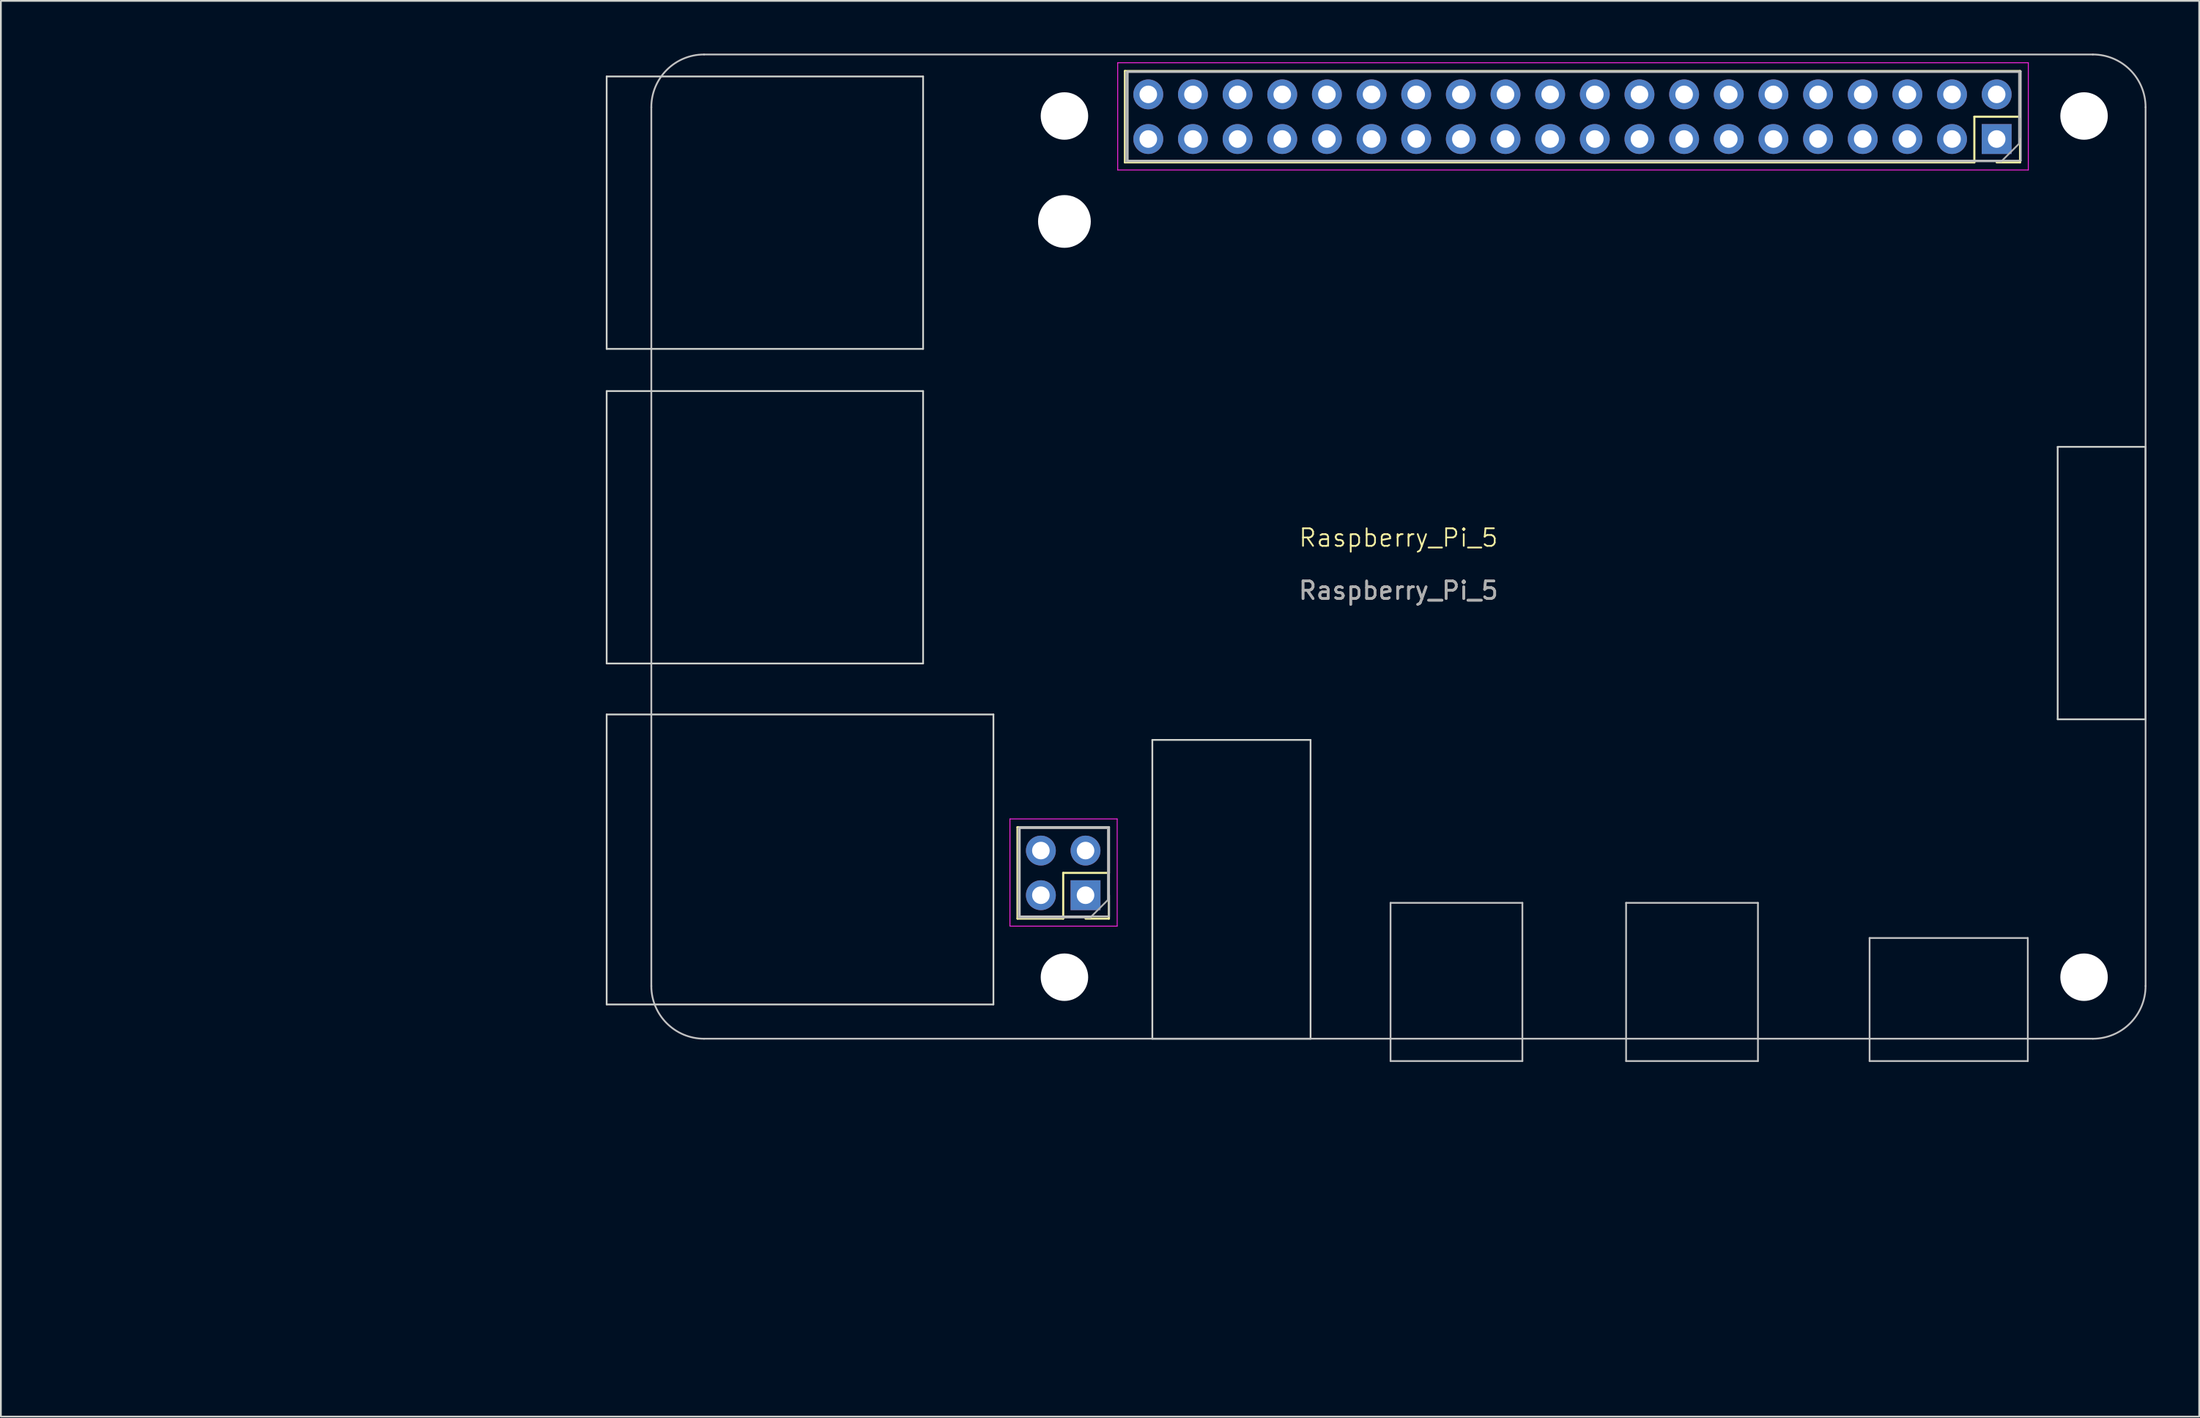
<source format=kicad_pcb>
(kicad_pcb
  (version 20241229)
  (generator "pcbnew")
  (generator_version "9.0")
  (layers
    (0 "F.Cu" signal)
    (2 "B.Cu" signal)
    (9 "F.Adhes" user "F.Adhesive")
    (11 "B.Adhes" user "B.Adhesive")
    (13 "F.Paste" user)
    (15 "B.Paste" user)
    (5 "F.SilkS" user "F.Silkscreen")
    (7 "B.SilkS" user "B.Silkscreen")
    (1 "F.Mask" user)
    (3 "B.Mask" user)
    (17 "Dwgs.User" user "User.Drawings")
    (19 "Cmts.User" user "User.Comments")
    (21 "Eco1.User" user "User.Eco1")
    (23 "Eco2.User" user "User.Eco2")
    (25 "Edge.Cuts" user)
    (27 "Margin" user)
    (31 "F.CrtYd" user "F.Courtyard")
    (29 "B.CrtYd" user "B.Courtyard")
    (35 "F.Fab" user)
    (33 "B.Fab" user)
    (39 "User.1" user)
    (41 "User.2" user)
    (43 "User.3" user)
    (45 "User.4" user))
  (footprint "Raspberry_Pi_5"
    (layer "F.Cu")
    (at 76.5 28.05)
    (property "Reference" "Raspberry_Pi_5" (at 0 -0.5 0) (unlocked yes) (layer "F.SilkS") (effects (font (size 1 1) (thickness 0.1))))
    (attr through_hole)
    (fp_line (start -21.67 15.965) (end -21.67 21.165) (stroke (width 0.12) (type solid)) (layer "F.SilkS"))
    (fp_line (start -19.07 18.565) (end -19.07 21.165) (stroke (width 0.12) (type solid)) (layer "F.SilkS"))
    (fp_line (start -19.07 21.165) (end -21.67 21.165) (stroke (width 0.12) (type solid)) (layer "F.SilkS"))
    (fp_line (start -16.47 15.965) (end -21.67 15.965) (stroke (width 0.12) (type solid)) (layer "F.SilkS"))
    (fp_line (start -16.47 15.965) (end -16.47 18.565) (stroke (width 0.12) (type solid)) (layer "F.SilkS"))
    (fp_line (start -16.47 18.565) (end -19.07 18.565) (stroke (width 0.12) (type solid)) (layer "F.SilkS"))
    (fp_line (start -16.47 19.835) (end -16.47 21.165) (stroke (width 0.12) (type solid)) (layer "F.SilkS"))
    (fp_line (start -16.47 21.165) (end -17.8 21.165) (stroke (width 0.12) (type solid)) (layer "F.SilkS"))
    (fp_line (start -15.56 -27.06) (end -15.56 -21.86) (stroke (width 0.12) (type solid)) (layer "F.SilkS"))
    (fp_line (start 32.76 -24.46) (end 32.76 -21.86) (stroke (width 0.12) (type solid)) (layer "F.SilkS"))
    (fp_line (start 32.76 -21.86) (end -15.56 -21.86) (stroke (width 0.12) (type solid)) (layer "F.SilkS"))
    (fp_line (start 35.36 -27.06) (end -15.56 -27.06) (stroke (width 0.12) (type solid)) (layer "F.SilkS"))
    (fp_line (start 35.36 -27.06) (end 35.36 -24.46) (stroke (width 0.12) (type solid)) (layer "F.SilkS"))
    (fp_line (start 35.36 -24.46) (end 32.76 -24.46) (stroke (width 0.12) (type solid)) (layer "F.SilkS"))
    (fp_line (start 35.36 -23.19) (end 35.36 -21.86) (stroke (width 0.12) (type solid)) (layer "F.SilkS"))
    (fp_line (start 35.36 -21.86) (end 34.03 -21.86) (stroke (width 0.12) (type solid)) (layer "F.SilkS"))
    (fp_line (start -42.5 -25) (end -42.5 25) (stroke (width 0.1) (type default)) (layer "Dwgs.User"))
    (fp_line (start -39.5 -28) (end 39.5 -28) (stroke (width 0.1) (type default)) (layer "Dwgs.User"))
    (fp_line (start -39.5 28) (end 39.5 28) (stroke (width 0.1) (type default)) (layer "Dwgs.User"))
    (fp_line (start -21.54 15.96) (end -21.54 21.04) (stroke (width 0.1) (type default)) (layer "Dwgs.User"))
    (fp_line (start -16.46 15.96) (end -21.54 15.96) (stroke (width 0.1) (type default)) (layer "Dwgs.User"))
    (fp_line (start -16.46 15.96) (end -16.46 21.04) (stroke (width 0.1) (type default)) (layer "Dwgs.User"))
    (fp_line (start -16.46 21.04) (end -21.54 21.04) (stroke (width 0.1) (type default)) (layer "Dwgs.User"))
    (fp_line (start -15.4 -27.04) (end -15.4 -21.96) (stroke (width 0.1) (type default)) (layer "Dwgs.User"))
    (fp_line (start -0.45 20.27) (end -0.45 29.27) (stroke (width 0.1) (type default)) (layer "Dwgs.User"))
    (fp_line (start 7.05 20.27) (end -0.45 20.27) (stroke (width 0.1) (type default)) (layer "Dwgs.User"))
    (fp_line (start 7.05 20.27) (end 7.05 29.27) (stroke (width 0.1) (type default)) (layer "Dwgs.User"))
    (fp_line (start 7.05 29.27) (end -0.45 29.27) (stroke (width 0.1) (type default)) (layer "Dwgs.User"))
    (fp_line (start 12.95 20.27) (end 12.95 29.27) (stroke (width 0.1) (type default)) (layer "Dwgs.User"))
    (fp_line (start 20.45 20.27) (end 12.95 20.27) (stroke (width 0.1) (type default)) (layer "Dwgs.User"))
    (fp_line (start 20.45 20.27) (end 20.45 29.27) (stroke (width 0.1) (type default)) (layer "Dwgs.User"))
    (fp_line (start 20.45 29.27) (end 12.95 29.27) (stroke (width 0.1) (type default)) (layer "Dwgs.User"))
    (fp_line (start 26.8 29.27) (end 26.8 22.27) (stroke (width 0.1) (type default)) (layer "Dwgs.User"))
    (fp_line (start 35.4 -27.04) (end -15.4 -27.04) (stroke (width 0.1) (type default)) (layer "Dwgs.User"))
    (fp_line (start 35.4 -27.04) (end 35.4 -21.96) (stroke (width 0.1) (type default)) (layer "Dwgs.User"))
    (fp_line (start 35.4 -21.96) (end -15.4 -21.96) (stroke (width 0.1) (type default)) (layer "Dwgs.User"))
    (fp_line (start 35.8 22.27) (end 26.8 22.27) (stroke (width 0.1) (type default)) (layer "Dwgs.User"))
    (fp_line (start 35.8 29.27) (end 26.8 29.27) (stroke (width 0.1) (type default)) (layer "Dwgs.User"))
    (fp_line (start 35.8 29.27) (end 35.8 22.27) (stroke (width 0.1) (type default)) (layer "Dwgs.User"))
    (fp_line (start 42.5 -25) (end 42.5 25) (stroke (width 0.1) (type default)) (layer "Dwgs.User"))
    (fp_arc (start -42.5 -24.999999) (mid -41.62132 -27.12132) (end -39.499999 -28) (stroke (width 0.1) (type default)) (layer "Dwgs.User"))
    (fp_arc (start -39.499999 28) (mid -41.62132 27.12132) (end -42.5 24.999999) (stroke (width 0.1) (type default)) (layer "Dwgs.User"))
    (fp_arc (start 39.5 -28) (mid 41.62132 -27.12132) (end 42.5 -25) (stroke (width 0.1) (type default)) (layer "Dwgs.User"))
    (fp_arc (start 42.5 25) (mid 41.62132 27.12132) (end 39.5 28) (stroke (width 0.1) (type default)) (layer "Dwgs.User"))
    (fp_line (start -45.04 -11.25) (end -45.04 -26.75) (stroke (width 0.1) (type default)) (layer "Edge.Cuts"))
    (fp_line (start -45.04 6.65) (end -45.04 -8.85) (stroke (width 0.1) (type default)) (layer "Edge.Cuts"))
    (fp_line (start -45.04 26.05) (end -45.04 9.55) (stroke (width 0.1) (type default)) (layer "Edge.Cuts"))
    (fp_line (start -27.04 -26.75) (end -45.04 -26.75) (stroke (width 0.1) (type default)) (layer "Edge.Cuts"))
    (fp_line (start -27.04 -11.25) (end -45.04 -11.25) (stroke (width 0.1) (type default)) (layer "Edge.Cuts"))
    (fp_line (start -27.04 -11.25) (end -27.04 -26.75) (stroke (width 0.1) (type default)) (layer "Edge.Cuts"))
    (fp_line (start -27.04 -8.85) (end -45.04 -8.85) (stroke (width 0.1) (type default)) (layer "Edge.Cuts"))
    (fp_line (start -27.04 6.65) (end -45.04 6.65) (stroke (width 0.1) (type default)) (layer "Edge.Cuts"))
    (fp_line (start -27.04 6.65) (end -27.04 -8.85) (stroke (width 0.1) (type default)) (layer "Edge.Cuts"))
    (fp_line (start -23.04 9.55) (end -45.04 9.55) (stroke (width 0.1) (type default)) (layer "Edge.Cuts"))
    (fp_line (start -23.04 26.05) (end -45.04 26.05) (stroke (width 0.1) (type default)) (layer "Edge.Cuts"))
    (fp_line (start -23.04 26.05) (end -23.04 9.55) (stroke (width 0.1) (type default)) (layer "Edge.Cuts"))
    (fp_line (start -14 11) (end -14 28) (stroke (width 0.1) (type default)) (layer "Edge.Cuts"))
    (fp_line (start -5 11) (end -14 11) (stroke (width 0.1) (type default)) (layer "Edge.Cuts"))
    (fp_line (start -5 11) (end -5 28) (stroke (width 0.1) (type default)) (layer "Edge.Cuts"))
    (fp_line (start -5 28) (end -14 28) (stroke (width 0.1) (type default)) (layer "Edge.Cuts"))
    (fp_line (start 37.5 -5.675) (end 37.5 9.825) (stroke (width 0.1) (type default)) (layer "Edge.Cuts"))
    (fp_line (start 42.5 -5.675) (end 37.5 -5.675) (stroke (width 0.1) (type default)) (layer "Edge.Cuts"))
    (fp_line (start 42.5 -5.675) (end 42.5 9.825) (stroke (width 0.1) (type default)) (layer "Edge.Cuts"))
    (fp_line (start 42.5 9.825) (end 37.5 9.825) (stroke (width 0.1) (type default)) (layer "Edge.Cuts"))
    (fp_line (start -22.1 15.495) (end -16 15.495) (stroke (width 0.05) (type solid)) (layer "F.CrtYd"))
    (fp_line (start -22.1 21.595) (end -22.1 15.495) (stroke (width 0.05) (type solid)) (layer "F.CrtYd"))
    (fp_line (start -16 15.495) (end -16 21.595) (stroke (width 0.05) (type solid)) (layer "F.CrtYd"))
    (fp_line (start -16 21.595) (end -22.1 21.595) (stroke (width 0.05) (type solid)) (layer "F.CrtYd"))
    (fp_line (start -15.97 -27.53) (end 35.83 -27.53) (stroke (width 0.05) (type solid)) (layer "F.CrtYd"))
    (fp_line (start -15.97 -21.43) (end -15.97 -27.53) (stroke (width 0.05) (type solid)) (layer "F.CrtYd"))
    (fp_line (start 35.83 -27.53) (end 35.83 -21.43) (stroke (width 0.05) (type solid)) (layer "F.CrtYd"))
    (fp_line (start 35.83 -21.43) (end -15.97 -21.43) (stroke (width 0.05) (type solid)) (layer "F.CrtYd"))
    (fp_line (start -21.61 16.025) (end -16.53 16.025) (stroke (width 0.1) (type solid)) (layer "F.Fab"))
    (fp_line (start -21.61 21.105) (end -21.61 16.025) (stroke (width 0.1) (type solid)) (layer "F.Fab"))
    (fp_line (start -17.53 21.105) (end -21.61 21.105) (stroke (width 0.1) (type solid)) (layer "F.Fab"))
    (fp_line (start -16.53 16.025) (end -16.53 20.105) (stroke (width 0.1) (type solid)) (layer "F.Fab"))
    (fp_line (start -16.53 20.105) (end -17.53 21.105) (stroke (width 0.1) (type solid)) (layer "F.Fab"))
    (fp_line (start -15.5 -27) (end 35.3 -27) (stroke (width 0.1) (type solid)) (layer "F.Fab"))
    (fp_line (start -15.5 -21.92) (end -15.5 -27) (stroke (width 0.1) (type solid)) (layer "F.Fab"))
    (fp_line (start 34.3 -21.92) (end -15.5 -21.92) (stroke (width 0.1) (type solid)) (layer "F.Fab"))
    (fp_line (start 35.3 -27) (end 35.3 -22.92) (stroke (width 0.1) (type solid)) (layer "F.Fab"))
    (fp_line (start 35.3 -22.92) (end 34.3 -21.92) (stroke (width 0.1) (type solid)) (layer "F.Fab"))
    (fp_text user "${REFERENCE}" (at 0 2.5 0) (unlocked yes) (layer "F.Fab") (effects (font (size 1 1) (thickness 0.15))))
    (fp_text user "${REFERENCE}" (at 0 2.5 0) (unlocked yes) (layer "F.Fab") (effects (font (size 1 1) (thickness 0.15))))
    (pad "" np_thru_hole circle (at -19 -24.5) (size 2.7 2.7) (drill 2.7) (layers "*.Cu" "*.Mask"))
    (pad "" np_thru_hole circle (at -19 -18.5) (size 3 3) (drill 3) (layers "*.Cu" "*.Mask"))
    (pad "" np_thru_hole circle (at -19 24.5) (size 2.7 2.7) (drill 2.7) (layers "*.Cu" "*.Mask"))
    (pad "" np_thru_hole circle (at 39 -24.5) (size 2.7 2.7) (drill 2.7) (layers "*.Cu" "*.Mask"))
    (pad "" np_thru_hole circle (at 39 24.5) (size 2.7 2.7) (drill 2.7) (layers "*.Cu" "*.Mask"))
    (pad "1" thru_hole rect (at 34.03 -23.19 270) (size 1.7 1.7) (drill 1) (layers "*.Cu" "*.Mask"))
    (pad "2" thru_hole circle (at 34.03 -25.73 270) (size 1.7 1.7) (drill 1) (layers "*.Cu" "*.Mask"))
    (pad "3" thru_hole circle (at 31.49 -23.19 270) (size 1.7 1.7) (drill 1) (layers "*.Cu" "*.Mask"))
    (pad "4" thru_hole circle (at 31.49 -25.73 270) (size 1.7 1.7) (drill 1) (layers "*.Cu" "*.Mask"))
    (pad "5" thru_hole circle (at 28.95 -23.19 270) (size 1.7 1.7) (drill 1) (layers "*.Cu" "*.Mask"))
    (pad "6" thru_hole circle (at 28.95 -25.73 270) (size 1.7 1.7) (drill 1) (layers "*.Cu" "*.Mask"))
    (pad "7" thru_hole circle (at 26.41 -23.19 270) (size 1.7 1.7) (drill 1) (layers "*.Cu" "*.Mask"))
    (pad "8" thru_hole circle (at 26.41 -25.73 270) (size 1.7 1.7) (drill 1) (layers "*.Cu" "*.Mask"))
    (pad "9" thru_hole circle (at 23.87 -23.19 270) (size 1.7 1.7) (drill 1) (layers "*.Cu" "*.Mask"))
    (pad "10" thru_hole circle (at 23.87 -25.73 270) (size 1.7 1.7) (drill 1) (layers "*.Cu" "*.Mask"))
    (pad "11" thru_hole circle (at 21.33 -23.19 270) (size 1.7 1.7) (drill 1) (layers "*.Cu" "*.Mask"))
    (pad "12" thru_hole circle (at 21.33 -25.73 270) (size 1.7 1.7) (drill 1) (layers "*.Cu" "*.Mask"))
    (pad "13" thru_hole circle (at 18.79 -23.19 270) (size 1.7 1.7) (drill 1) (layers "*.Cu" "*.Mask"))
    (pad "14" thru_hole circle (at 18.79 -25.73 270) (size 1.7 1.7) (drill 1) (layers "*.Cu" "*.Mask"))
    (pad "15" thru_hole circle (at 16.25 -23.19 270) (size 1.7 1.7) (drill 1) (layers "*.Cu" "*.Mask"))
    (pad "16" thru_hole circle (at 16.25 -25.73 270) (size 1.7 1.7) (drill 1) (layers "*.Cu" "*.Mask"))
    (pad "17" thru_hole circle (at 13.71 -23.19 270) (size 1.7 1.7) (drill 1) (layers "*.Cu" "*.Mask"))
    (pad "18" thru_hole circle (at 13.71 -25.73 270) (size 1.7 1.7) (drill 1) (layers "*.Cu" "*.Mask"))
    (pad "19" thru_hole circle (at 11.17 -23.19 270) (size 1.7 1.7) (drill 1) (layers "*.Cu" "*.Mask"))
    (pad "20" thru_hole circle (at 11.17 -25.73 270) (size 1.7 1.7) (drill 1) (layers "*.Cu" "*.Mask"))
    (pad "21" thru_hole circle (at 8.63 -23.19 270) (size 1.7 1.7) (drill 1) (layers "*.Cu" "*.Mask"))
    (pad "22" thru_hole circle (at 8.63 -25.73 270) (size 1.7 1.7) (drill 1) (layers "*.Cu" "*.Mask"))
    (pad "23" thru_hole circle (at 6.09 -23.19 270) (size 1.7 1.7) (drill 1) (layers "*.Cu" "*.Mask"))
    (pad "24" thru_hole circle (at 6.09 -25.73 270) (size 1.7 1.7) (drill 1) (layers "*.Cu" "*.Mask"))
    (pad "25" thru_hole circle (at 3.55 -23.19 270) (size 1.7 1.7) (drill 1) (layers "*.Cu" "*.Mask"))
    (pad "26" thru_hole circle (at 3.55 -25.73 270) (size 1.7 1.7) (drill 1) (layers "*.Cu" "*.Mask"))
    (pad "27" thru_hole circle (at 1.01 -23.19 270) (size 1.7 1.7) (drill 1) (layers "*.Cu" "*.Mask"))
    (pad "28" thru_hole circle (at 1.01 -25.73 270) (size 1.7 1.7) (drill 1) (layers "*.Cu" "*.Mask"))
    (pad "29" thru_hole circle (at -1.53 -23.19 270) (size 1.7 1.7) (drill 1) (layers "*.Cu" "*.Mask"))
    (pad "30" thru_hole circle (at -1.53 -25.73 270) (size 1.7 1.7) (drill 1) (layers "*.Cu" "*.Mask"))
    (pad "31" thru_hole circle (at -4.07 -23.19 270) (size 1.7 1.7) (drill 1) (layers "*.Cu" "*.Mask"))
    (pad "32" thru_hole circle (at -4.07 -25.73 270) (size 1.7 1.7) (drill 1) (layers "*.Cu" "*.Mask"))
    (pad "33" thru_hole circle (at -6.61 -23.19 270) (size 1.7 1.7) (drill 1) (layers "*.Cu" "*.Mask"))
    (pad "34" thru_hole circle (at -6.61 -25.73 270) (size 1.7 1.7) (drill 1) (layers "*.Cu" "*.Mask"))
    (pad "35" thru_hole circle (at -9.15 -23.19 270) (size 1.7 1.7) (drill 1) (layers "*.Cu" "*.Mask"))
    (pad "36" thru_hole circle (at -9.15 -25.73 270) (size 1.7 1.7) (drill 1) (layers "*.Cu" "*.Mask"))
    (pad "37" thru_hole circle (at -11.69 -23.19 270) (size 1.7 1.7) (drill 1) (layers "*.Cu" "*.Mask"))
    (pad "38" thru_hole circle (at -11.69 -25.73 270) (size 1.7 1.7) (drill 1) (layers "*.Cu" "*.Mask"))
    (pad "39" thru_hole circle (at -14.23 -23.19 270) (size 1.7 1.7) (drill 1) (layers "*.Cu" "*.Mask"))
    (pad "40" thru_hole circle (at -14.23 -25.73 270) (size 1.7 1.7) (drill 1) (layers "*.Cu" "*.Mask"))
    (pad "POE1" thru_hole rect (at -17.8 19.835 270) (size 1.7 1.7) (drill 1) (layers "*.Cu" "*.Mask"))
    (pad "POE2" thru_hole circle (at -17.8 17.295 270) (size 1.7 1.7) (drill 1) (layers "*.Cu" "*.Mask"))
    (pad "POE3" thru_hole circle (at -20.34 19.835 270) (size 1.7 1.7) (drill 1) (layers "*.Cu" "*.Mask"))
    (pad "POE4" thru_hole circle (at -20.34 17.295 270) (size 1.7 1.7) (drill 1) (layers "*.Cu" "*.Mask"))
    (zone (net_name "") (layer "F.CrtYd") (hatch edge 0.5) (connect_pads) (min_thickness 0.25) (filled_areas_thickness no) (keepout (tracks allowed) (vias allowed) (pads allowed) (copperpour allowed) (footprints not_allowed)) (placement (enabled no)) (fill) (polygon (pts (xy 49.5 1.05) (xy 49.5 35.05) (xy 0 35.05) (xy 0 1.05))))
    (zone (net_name "") (layer "F.CrtYd") (hatch edge 0.5) (connect_pads) (min_thickness 0.25) (filled_areas_thickness no) (keepout (tracks allowed) (vias allowed) (pads allowed) (copperpour allowed) (footprints not_allowed)) (placement (enabled no)) (fill) (polygon (pts (xy 53.5 37.55) (xy 53.5 54.05) (xy 0 54.05) (xy 0 37.55))))
    (zone (net_name "") (layer "F.CrtYd") (hatch edge 0.5) (connect_pads) (min_thickness 0.25) (filled_areas_thickness no) (keepout (tracks allowed) (vias allowed) (pads allowed) (copperpour allowed) (footprints not_allowed)) (placement (enabled no)) (fill) (polygon (pts (xy 76 48.05) (xy 83.5 48.05) (xy 83.5 74.55) (xy 76 74.55))))
    (zone (net_name "") (layer "F.CrtYd") (hatch edge 0.5) (connect_pads) (min_thickness 0.25) (filled_areas_thickness no) (keepout (tracks allowed) (vias allowed) (pads allowed) (copperpour allowed) (footprints not_allowed)) (placement (enabled no)) (fill) (polygon (pts (xy 89.5 48.05) (xy 97 48.05) (xy 97 74.55) (xy 89.5 74.55))))
    (zone (net_name "") (layer "F.CrtYd") (hatch edge 0.5) (connect_pads) (min_thickness 0.25) (filled_areas_thickness no) (keepout (tracks allowed) (vias allowed) (pads allowed) (copperpour allowed) (footprints not_allowed)) (placement (enabled no)) (fill) (polygon (pts (xy 103 50.05) (xy 112.5 50.05) (xy 112.5 74.55) (xy 103 74.55)))))
  (gr_rect
    (start -3 -3)
    (end 122.05 77.55)
    (stroke (width 0.1) (type default))
    (fill no)
    (layer "Edge.Cuts")))
</source>
